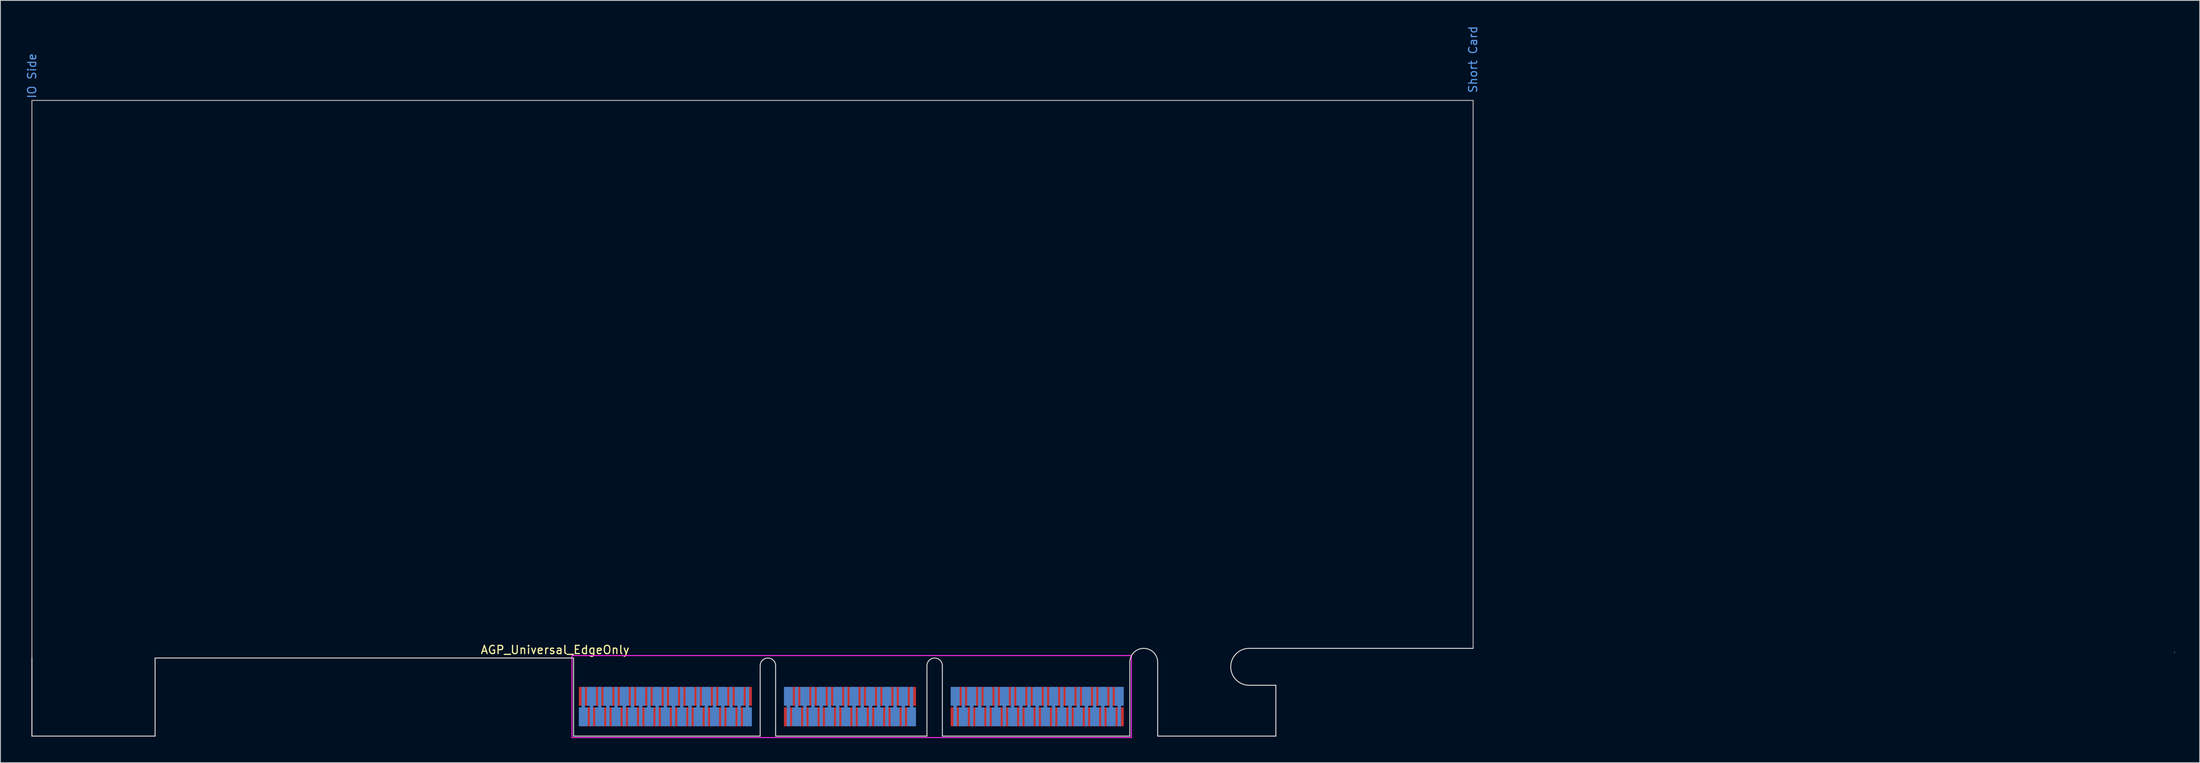
<source format=kicad_pcb>
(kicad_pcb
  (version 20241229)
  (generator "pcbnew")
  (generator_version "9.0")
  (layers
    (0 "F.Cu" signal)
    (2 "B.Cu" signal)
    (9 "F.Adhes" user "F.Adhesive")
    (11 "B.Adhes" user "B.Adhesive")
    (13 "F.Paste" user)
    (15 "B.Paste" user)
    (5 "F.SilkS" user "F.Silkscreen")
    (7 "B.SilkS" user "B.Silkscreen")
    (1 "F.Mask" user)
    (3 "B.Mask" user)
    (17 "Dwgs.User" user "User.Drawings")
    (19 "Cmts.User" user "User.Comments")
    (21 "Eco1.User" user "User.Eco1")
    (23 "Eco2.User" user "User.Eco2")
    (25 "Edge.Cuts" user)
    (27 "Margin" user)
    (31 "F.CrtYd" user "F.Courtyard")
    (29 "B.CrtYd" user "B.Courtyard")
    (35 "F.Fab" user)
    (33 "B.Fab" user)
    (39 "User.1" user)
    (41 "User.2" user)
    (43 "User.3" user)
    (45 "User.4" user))
  (footprint "AGP_Universal_EdgeOnly"
    (layer "F.Cu")
    (at 66.848 77.196)
    (property "Reference" "AGP_Universal_EdgeOnly" (at -2.25 -1 0) (unlocked yes) (layer "F.SilkS") (effects (font (size 1 1) (thickness 0.15))))
    (fp_line (start 195.1 -0.7) (end 195.1 -0.7) (stroke (width 0.12) (type solid)) (layer "Cmts.User"))
    (fp_line (start -66.01 0) (end -66.01 9.52) (stroke (width 0.12) (type solid)) (layer "Edge.Cuts"))
    (fp_line (start -51 0) (end -51 9.52) (stroke (width 0.12) (type solid)) (layer "Edge.Cuts"))
    (fp_line (start -51 9.52) (end -66.01 9.52) (stroke (width 0.12) (type solid)) (layer "Edge.Cuts"))
    (fp_line (start 0 0) (end -51 0) (stroke (width 0.12) (type solid)) (layer "Edge.Cuts"))
    (fp_line (start 0 9.52) (end 0 0) (stroke (width 0.12) (type solid)) (layer "Edge.Cuts"))
    (fp_line (start 0 9.52) (end 22.74 9.52) (stroke (width 0.12) (type solid)) (layer "Edge.Cuts"))
    (fp_line (start 22.74 0.94) (end 22.74 9.52) (stroke (width 0.12) (type solid)) (layer "Edge.Cuts"))
    (fp_line (start 24.62 0.94) (end 24.62 9.52) (stroke (width 0.12) (type solid)) (layer "Edge.Cuts"))
    (fp_line (start 24.62 9.52) (end 43.06 9.52) (stroke (width 0.12) (type solid)) (layer "Edge.Cuts"))
    (fp_line (start 43.06 0.94) (end 43.06 9.52) (stroke (width 0.12) (type solid)) (layer "Edge.Cuts"))
    (fp_line (start 44.94 0.94) (end 44.94 9.52) (stroke (width 0.12) (type solid)) (layer "Edge.Cuts"))
    (fp_line (start 44.94 9.52) (end 67.78 9.52) (stroke (width 0.12) (type solid)) (layer "Edge.Cuts"))
    (fp_line (start 67.78 9.52) (end 67.78 0.52) (stroke (width 0.12) (type solid)) (layer "Edge.Cuts"))
    (fp_line (start 71.18 9.52) (end 71.18 0.52) (stroke (width 0.12) (type solid)) (layer "Edge.Cuts"))
    (fp_line (start 71.18 9.52) (end 85.58 9.52) (stroke (width 0.12) (type solid)) (layer "Edge.Cuts"))
    (fp_line (start 82.33 -1.18) (end 109.62 -1.18) (stroke (width 0.12) (type solid)) (layer "Edge.Cuts"))
    (fp_line (start 85.58 3.32) (end 82.33 3.32) (stroke (width 0.12) (type solid)) (layer "Edge.Cuts"))
    (fp_line (start 85.58 9.52) (end 85.58 3.32) (stroke (width 0.12) (type solid)) (layer "Edge.Cuts"))
    (fp_arc (start 22.74 0.94) (mid 23.68 0) (end 24.62 0.94) (stroke (width 0.12) (type solid)) (layer "Edge.Cuts"))
    (fp_arc (start 43.06 0.94) (mid 44 0) (end 44.94 0.94) (stroke (width 0.12) (type solid)) (layer "Edge.Cuts"))
    (fp_arc (start 67.78 0.52) (mid 69.48 -1.18) (end 71.18 0.52) (stroke (width 0.12) (type solid)) (layer "Edge.Cuts"))
    (fp_arc (start 82.33 3.32) (mid 80.08 1.07) (end 82.33 -1.18) (stroke (width 0.12) (type solid)) (layer "Edge.Cuts"))
    (fp_rect (start -0.2 -0.3) (end 67.98 9.7) (stroke (width 0.12) (type solid)) (fill no) (layer "F.CrtYd"))
    (fp_line (start -66.01 -68) (end 109.62 -68) (stroke (width 0.12) (type solid)) (layer "F.Fab"))
    (fp_line (start -66.01 9.52) (end -66.01 -68) (stroke (width 0.12) (type solid)) (layer "F.Fab"))
    (fp_line (start 109.62 -1.18) (end 109.62 -68) (stroke (width 0.12) (type solid)) (layer "F.Fab"))
    (fp_text user "IO Side" (at -66 -71 90) (unlocked yes) (layer "Cmts.User") (effects (font (size 1 1) (thickness 0.15))))
    (fp_text user "Short Card" (at 109.6 -73 90) (unlocked yes) (layer "Cmts.User") (effects (font (size 1 1) (thickness 0.15))))
    (pad "A1" connect custom (at 1.18 7.17) (size 1.09 2.3) (layers "B.Cu" "B.Mask") (options (anchor rect)) (primitives (gr_poly (pts (xy -0.205 -1.15) (xy 0.205 -1.15) (xy 0.205 -3.65) (xy -0.205 -3.65)) (width 0) (fill yes))))
    (pad "A2" connect custom (at 2.18 4.67 180) (size 1.09 2.3) (layers "B.Cu" "B.Mask") (options (anchor rect)) (primitives (gr_poly (pts (xy -0.205 -1.15) (xy 0.205 -1.15) (xy 0.205 -3.65) (xy -0.205 -3.65)) (width 0) (fill yes))))
    (pad "A3" connect custom (at 3.18 7.17) (size 1.09 2.3) (layers "B.Cu" "B.Mask") (options (anchor rect)) (primitives (gr_poly (pts (xy -0.205 -1.15) (xy 0.205 -1.15) (xy 0.205 -3.65) (xy -0.205 -3.65)) (width 0) (fill yes))))
    (pad "A4" connect custom (at 4.18 4.67 180) (size 1.09 2.3) (layers "B.Cu" "B.Mask") (options (anchor rect)) (primitives (gr_poly (pts (xy -0.205 -1.15) (xy 0.205 -1.15) (xy 0.205 -3.65) (xy -0.205 -3.65)) (width 0) (fill yes))))
    (pad "A5" connect custom (at 5.18 7.17) (size 1.09 2.3) (layers "B.Cu" "B.Mask") (options (anchor rect)) (primitives (gr_poly (pts (xy -0.205 -1.15) (xy 0.205 -1.15) (xy 0.205 -3.65) (xy -0.205 -3.65)) (width 0) (fill yes))))
    (pad "A6" connect custom (at 6.18 4.67 180) (size 1.09 2.3) (layers "B.Cu" "B.Mask") (options (anchor rect)) (primitives (gr_poly (pts (xy -0.205 -1.15) (xy 0.205 -1.15) (xy 0.205 -3.65) (xy -0.205 -3.65)) (width 0) (fill yes))))
    (pad "A7" connect custom (at 7.18 7.17) (size 1.09 2.3) (layers "B.Cu" "B.Mask") (options (anchor rect)) (primitives (gr_poly (pts (xy -0.205 -1.15) (xy 0.205 -1.15) (xy 0.205 -3.65) (xy -0.205 -3.65)) (width 0) (fill yes))))
    (pad "A8" connect custom (at 8.18 4.67 180) (size 1.09 2.3) (layers "B.Cu" "B.Mask") (options (anchor rect)) (primitives (gr_poly (pts (xy -0.205 -1.15) (xy 0.205 -1.15) (xy 0.205 -3.65) (xy -0.205 -3.65)) (width 0) (fill yes))))
    (pad "A9" connect custom (at 9.18 7.17) (size 1.09 2.3) (layers "B.Cu" "B.Mask") (options (anchor rect)) (primitives (gr_poly (pts (xy -0.205 -1.15) (xy 0.205 -1.15) (xy 0.205 -3.65) (xy -0.205 -3.65)) (width 0) (fill yes))))
    (pad "A10" connect custom (at 10.18 4.67 180) (size 1.09 2.3) (layers "B.Cu" "B.Mask") (options (anchor rect)) (primitives (gr_poly (pts (xy -0.205 -1.15) (xy 0.205 -1.15) (xy 0.205 -3.65) (xy -0.205 -3.65)) (width 0) (fill yes))))
    (pad "A11" connect custom (at 11.18 7.17) (size 1.09 2.3) (layers "B.Cu" "B.Mask") (options (anchor rect)) (primitives (gr_poly (pts (xy -0.205 -1.15) (xy 0.205 -1.15) (xy 0.205 -3.65) (xy -0.205 -3.65)) (width 0) (fill yes))))
    (pad "A12" connect custom (at 12.18 4.67 180) (size 1.09 2.3) (layers "B.Cu" "B.Mask") (options (anchor rect)) (primitives (gr_poly (pts (xy -0.205 -1.15) (xy 0.205 -1.15) (xy 0.205 -3.65) (xy -0.205 -3.65)) (width 0) (fill yes))))
    (pad "A13" connect custom (at 13.18 7.17) (size 1.09 2.3) (layers "B.Cu" "B.Mask") (options (anchor rect)) (primitives (gr_poly (pts (xy -0.205 -1.15) (xy 0.205 -1.15) (xy 0.205 -3.65) (xy -0.205 -3.65)) (width 0) (fill yes))))
    (pad "A14" connect custom (at 14.18 4.67 180) (size 1.09 2.3) (layers "B.Cu" "B.Mask") (options (anchor rect)) (primitives (gr_poly (pts (xy -0.205 -1.15) (xy 0.205 -1.15) (xy 0.205 -3.65) (xy -0.205 -3.65)) (width 0) (fill yes))))
    (pad "A15" connect custom (at 15.18 7.17) (size 1.09 2.3) (layers "B.Cu" "B.Mask") (options (anchor rect)) (primitives (gr_poly (pts (xy -0.205 -1.15) (xy 0.205 -1.15) (xy 0.205 -3.65) (xy -0.205 -3.65)) (width 0) (fill yes))))
    (pad "A16" connect custom (at 16.18 4.67 180) (size 1.09 2.3) (layers "B.Cu" "B.Mask") (options (anchor rect)) (primitives (gr_poly (pts (xy -0.205 -1.15) (xy 0.205 -1.15) (xy 0.205 -3.65) (xy -0.205 -3.65)) (width 0) (fill yes))))
    (pad "A17" connect custom (at 17.18 7.17) (size 1.09 2.3) (layers "B.Cu" "B.Mask") (options (anchor rect)) (primitives (gr_poly (pts (xy -0.205 -1.15) (xy 0.205 -1.15) (xy 0.205 -3.65) (xy -0.205 -3.65)) (width 0) (fill yes))))
    (pad "A18" connect custom (at 18.18 4.67 180) (size 1.09 2.3) (layers "B.Cu" "B.Mask") (options (anchor rect)) (primitives (gr_poly (pts (xy -0.205 -1.15) (xy 0.205 -1.15) (xy 0.205 -3.65) (xy -0.205 -3.65)) (width 0) (fill yes))))
    (pad "A19" connect custom (at 19.18 7.17) (size 1.09 2.3) (layers "B.Cu" "B.Mask") (options (anchor rect)) (primitives (gr_poly (pts (xy -0.205 -1.15) (xy 0.205 -1.15) (xy 0.205 -3.65) (xy -0.205 -3.65)) (width 0) (fill yes))))
    (pad "A20" connect custom (at 20.18 4.67 180) (size 1.09 2.3) (layers "B.Cu" "B.Mask") (options (anchor rect)) (primitives (gr_poly (pts (xy -0.205 -1.15) (xy 0.205 -1.15) (xy 0.205 -3.65) (xy -0.205 -3.65)) (width 0) (fill yes))))
    (pad "A21" connect custom (at 21.18 7.17) (size 1.09 2.3) (layers "B.Cu" "B.Mask") (options (anchor rect)) (primitives (gr_poly (pts (xy -0.205 -1.15) (xy 0.205 -1.15) (xy 0.205 -3.65) (xy -0.205 -3.65)) (width 0) (fill yes))))
    (pad "A26" connect custom (at 26.18 4.67 180) (size 1.09 2.3) (layers "B.Cu" "B.Mask") (options (anchor rect)) (primitives (gr_poly (pts (xy -0.205 -1.15) (xy 0.205 -1.15) (xy 0.205 -3.65) (xy -0.205 -3.65)) (width 0) (fill yes))))
    (pad "A27" connect custom (at 27.18 7.17) (size 1.09 2.3) (layers "B.Cu" "B.Mask") (options (anchor rect)) (primitives (gr_poly (pts (xy -0.205 -1.15) (xy 0.205 -1.15) (xy 0.205 -3.65) (xy -0.205 -3.65)) (width 0) (fill yes))))
    (pad "A28" connect custom (at 28.18 4.67 180) (size 1.09 2.3) (layers "B.Cu" "B.Mask") (options (anchor rect)) (primitives (gr_poly (pts (xy -0.205 -1.15) (xy 0.205 -1.15) (xy 0.205 -3.65) (xy -0.205 -3.65)) (width 0) (fill yes))))
    (pad "A29" connect custom (at 29.18 7.17) (size 1.09 2.3) (layers "B.Cu" "B.Mask") (options (anchor rect)) (primitives (gr_poly (pts (xy -0.205 -1.15) (xy 0.205 -1.15) (xy 0.205 -3.65) (xy -0.205 -3.65)) (width 0) (fill yes))))
    (pad "A30" connect custom (at 30.18 4.67 180) (size 1.09 2.3) (layers "B.Cu" "B.Mask") (options (anchor rect)) (primitives (gr_poly (pts (xy -0.205 -1.15) (xy 0.205 -1.15) (xy 0.205 -3.65) (xy -0.205 -3.65)) (width 0) (fill yes))))
    (pad "A31" connect custom (at 31.18 7.17) (size 1.09 2.3) (layers "B.Cu" "B.Mask") (options (anchor rect)) (primitives (gr_poly (pts (xy -0.205 -1.15) (xy 0.205 -1.15) (xy 0.205 -3.65) (xy -0.205 -3.65)) (width 0) (fill yes))))
    (pad "A32" connect custom (at 32.18 4.67 180) (size 1.09 2.3) (layers "B.Cu" "B.Mask") (options (anchor rect)) (primitives (gr_poly (pts (xy -0.205 -1.15) (xy 0.205 -1.15) (xy 0.205 -3.65) (xy -0.205 -3.65)) (width 0) (fill yes))))
    (pad "A33" connect custom (at 33.18 7.17) (size 1.09 2.3) (layers "B.Cu" "B.Mask") (options (anchor rect)) (primitives (gr_poly (pts (xy -0.205 -1.15) (xy 0.205 -1.15) (xy 0.205 -3.65) (xy -0.205 -3.65)) (width 0) (fill yes))))
    (pad "A34" connect custom (at 34.18 4.67 180) (size 1.09 2.3) (layers "B.Cu" "B.Mask") (options (anchor rect)) (primitives (gr_poly (pts (xy -0.205 -1.15) (xy 0.205 -1.15) (xy 0.205 -3.65) (xy -0.205 -3.65)) (width 0) (fill yes))))
    (pad "A35" connect custom (at 35.18 7.17) (size 1.09 2.3) (layers "B.Cu" "B.Mask") (options (anchor rect)) (primitives (gr_poly (pts (xy -0.205 -1.15) (xy 0.205 -1.15) (xy 0.205 -3.65) (xy -0.205 -3.65)) (width 0) (fill yes))))
    (pad "A36" connect custom (at 36.18 4.67 180) (size 1.09 2.3) (layers "B.Cu" "B.Mask") (options (anchor rect)) (primitives (gr_poly (pts (xy -0.205 -1.15) (xy 0.205 -1.15) (xy 0.205 -3.65) (xy -0.205 -3.65)) (width 0) (fill yes))))
    (pad "A37" connect custom (at 37.18 7.17) (size 1.09 2.3) (layers "B.Cu" "B.Mask") (options (anchor rect)) (primitives (gr_poly (pts (xy -0.205 -1.15) (xy 0.205 -1.15) (xy 0.205 -3.65) (xy -0.205 -3.65)) (width 0) (fill yes))))
    (pad "A38" connect custom (at 38.18 4.67 180) (size 1.09 2.3) (layers "B.Cu" "B.Mask") (options (anchor rect)) (primitives (gr_poly (pts (xy -0.205 -1.15) (xy 0.205 -1.15) (xy 0.205 -3.65) (xy -0.205 -3.65)) (width 0) (fill yes))))
    (pad "A39" connect custom (at 39.18 7.17) (size 1.09 2.3) (layers "B.Cu" "B.Mask") (options (anchor rect)) (primitives (gr_poly (pts (xy -0.205 -1.15) (xy 0.205 -1.15) (xy 0.205 -3.65) (xy -0.205 -3.65)) (width 0) (fill yes))))
    (pad "A40" connect custom (at 40.18 4.67 180) (size 1.09 2.3) (layers "B.Cu" "B.Mask") (options (anchor rect)) (primitives (gr_poly (pts (xy -0.205 -1.15) (xy 0.205 -1.15) (xy 0.205 -3.65) (xy -0.205 -3.65)) (width 0) (fill yes))))
    (pad "A41" connect custom (at 41.18 7.17) (size 1.09 2.3) (layers "B.Cu" "B.Mask") (options (anchor rect)) (primitives (gr_poly (pts (xy -0.205 -1.15) (xy 0.205 -1.15) (xy 0.205 -3.65) (xy -0.205 -3.65)) (width 0) (fill yes))))
    (pad "A46" connect custom (at 46.5 4.67 180) (size 1.09 2.3) (layers "B.Cu" "B.Mask") (options (anchor rect)) (primitives (gr_poly (pts (xy -0.205 -1.15) (xy 0.205 -1.15) (xy 0.205 -3.65) (xy -0.205 -3.65)) (width 0) (fill yes))))
    (pad "A47" connect custom (at 47.5 7.17) (size 1.09 2.3) (layers "B.Cu" "B.Mask") (options (anchor rect)) (primitives (gr_poly (pts (xy -0.205 -1.15) (xy 0.205 -1.15) (xy 0.205 -3.65) (xy -0.205 -3.65)) (width 0) (fill yes))))
    (pad "A48" connect custom (at 48.5 4.67 180) (size 1.09 2.3) (layers "B.Cu" "B.Mask") (options (anchor rect)) (primitives (gr_poly (pts (xy -0.205 -1.15) (xy 0.205 -1.15) (xy 0.205 -3.65) (xy -0.205 -3.65)) (width 0) (fill yes))))
    (pad "A49" connect custom (at 49.5 7.17) (size 1.09 2.3) (layers "B.Cu" "B.Mask") (options (anchor rect)) (primitives (gr_poly (pts (xy -0.205 -1.15) (xy 0.205 -1.15) (xy 0.205 -3.65) (xy -0.205 -3.65)) (width 0) (fill yes))))
    (pad "A50" connect custom (at 50.5 4.67 180) (size 1.09 2.3) (layers "B.Cu" "B.Mask") (options (anchor rect)) (primitives (gr_poly (pts (xy -0.205 -1.15) (xy 0.205 -1.15) (xy 0.205 -3.65) (xy -0.205 -3.65)) (width 0) (fill yes))))
    (pad "A51" connect custom (at 51.5 7.17) (size 1.09 2.3) (layers "B.Cu" "B.Mask") (options (anchor rect)) (primitives (gr_poly (pts (xy -0.205 -1.15) (xy 0.205 -1.15) (xy 0.205 -3.65) (xy -0.205 -3.65)) (width 0) (fill yes))))
    (pad "A52" connect custom (at 52.5 4.67 180) (size 1.09 2.3) (layers "B.Cu" "B.Mask") (options (anchor rect)) (primitives (gr_poly (pts (xy -0.205 -1.15) (xy 0.205 -1.15) (xy 0.205 -3.65) (xy -0.205 -3.65)) (width 0) (fill yes))))
    (pad "A53" connect custom (at 53.5 7.17) (size 1.09 2.3) (layers "B.Cu" "B.Mask") (options (anchor rect)) (primitives (gr_poly (pts (xy -0.205 -1.15) (xy 0.205 -1.15) (xy 0.205 -3.65) (xy -0.205 -3.65)) (width 0) (fill yes))))
    (pad "A54" connect custom (at 54.5 4.67 180) (size 1.09 2.3) (layers "B.Cu" "B.Mask") (options (anchor rect)) (primitives (gr_poly (pts (xy -0.205 -1.15) (xy 0.205 -1.15) (xy 0.205 -3.65) (xy -0.205 -3.65)) (width 0) (fill yes))))
    (pad "A55" connect custom (at 55.5 7.17) (size 1.09 2.3) (layers "B.Cu" "B.Mask") (options (anchor rect)) (primitives (gr_poly (pts (xy -0.205 -1.15) (xy 0.205 -1.15) (xy 0.205 -3.65) (xy -0.205 -3.65)) (width 0) (fill yes))))
    (pad "A56" connect custom (at 56.5 4.67 180) (size 1.09 2.3) (layers "B.Cu" "B.Mask") (options (anchor rect)) (primitives (gr_poly (pts (xy -0.205 -1.15) (xy 0.205 -1.15) (xy 0.205 -3.65) (xy -0.205 -3.65)) (width 0) (fill yes))))
    (pad "A57" connect custom (at 57.5 7.17) (size 1.09 2.3) (layers "B.Cu" "B.Mask") (options (anchor rect)) (primitives (gr_poly (pts (xy -0.205 -1.15) (xy 0.205 -1.15) (xy 0.205 -3.65) (xy -0.205 -3.65)) (width 0) (fill yes))))
    (pad "A58" connect custom (at 58.5 4.67 180) (size 1.09 2.3) (layers "B.Cu" "B.Mask") (options (anchor rect)) (primitives (gr_poly (pts (xy -0.205 -1.15) (xy 0.205 -1.15) (xy 0.205 -3.65) (xy -0.205 -3.65)) (width 0) (fill yes))))
    (pad "A59" connect custom (at 59.5 7.17) (size 1.09 2.3) (layers "B.Cu" "B.Mask") (options (anchor rect)) (primitives (gr_poly (pts (xy -0.205 -1.15) (xy 0.205 -1.15) (xy 0.205 -3.65) (xy -0.205 -3.65)) (width 0) (fill yes))))
    (pad "A60" connect custom (at 60.5 4.67 180) (size 1.09 2.3) (layers "B.Cu" "B.Mask") (options (anchor rect)) (primitives (gr_poly (pts (xy -0.205 -1.15) (xy 0.205 -1.15) (xy 0.205 -3.65) (xy -0.205 -3.65)) (width 0) (fill yes))))
    (pad "A61" connect custom (at 61.5 7.17) (size 1.09 2.3) (layers "B.Cu" "B.Mask") (options (anchor rect)) (primitives (gr_poly (pts (xy -0.205 -1.15) (xy 0.205 -1.15) (xy 0.205 -3.65) (xy -0.205 -3.65)) (width 0) (fill yes))))
    (pad "A62" connect custom (at 62.5 4.67 180) (size 1.09 2.3) (layers "B.Cu" "B.Mask") (options (anchor rect)) (primitives (gr_poly (pts (xy -0.205 -1.15) (xy 0.205 -1.15) (xy 0.205 -3.65) (xy -0.205 -3.65)) (width 0) (fill yes))))
    (pad "A63" connect custom (at 63.5 7.17) (size 1.09 2.3) (layers "B.Cu" "B.Mask") (options (anchor rect)) (primitives (gr_poly (pts (xy -0.205 -1.15) (xy 0.205 -1.15) (xy 0.205 -3.65) (xy -0.205 -3.65)) (width 0) (fill yes))))
    (pad "A64" connect custom (at 64.5 4.67 180) (size 1.09 2.3) (layers "B.Cu" "B.Mask") (options (anchor rect)) (primitives (gr_poly (pts (xy -0.205 -1.15) (xy 0.205 -1.15) (xy 0.205 -3.65) (xy -0.205 -3.65)) (width 0) (fill yes))))
    (pad "A65" connect custom (at 65.5 7.17) (size 1.09 2.3) (layers "B.Cu" "B.Mask") (options (anchor rect)) (primitives (gr_poly (pts (xy -0.205 -1.15) (xy 0.205 -1.15) (xy 0.205 -3.65) (xy -0.205 -3.65)) (width 0) (fill yes))))
    (pad "A66" connect custom (at 66.5 4.67 180) (size 1.09 2.3) (layers "B.Cu" "B.Mask") (options (anchor rect)) (primitives (gr_poly (pts (xy -0.205 -1.15) (xy 0.205 -1.15) (xy 0.205 -3.65) (xy -0.205 -3.65)) (width 0) (fill yes))))
    (pad "B1" connect custom (at 1.18 4.67 180) (size 1.09 2.3) (layers "F.Cu" "F.Mask") (options (anchor rect)) (primitives (gr_poly (pts (xy -0.205 -1.15) (xy 0.205 -1.15) (xy 0.205 -3.65) (xy -0.205 -3.65)) (width 0) (fill yes))))
    (pad "B2" connect custom (at 2.18 7.17) (size 1.09 2.3) (layers "F.Cu" "F.Mask") (options (anchor rect)) (primitives (gr_poly (pts (xy -0.205 -1.15) (xy 0.205 -1.15) (xy 0.205 -3.65) (xy -0.205 -3.65)) (width 0) (fill yes))))
    (pad "B3" connect custom (at 3.18 4.67 180) (size 1.09 2.3) (layers "F.Cu" "F.Mask") (options (anchor rect)) (primitives (gr_poly (pts (xy -0.205 -1.15) (xy 0.205 -1.15) (xy 0.205 -3.65) (xy -0.205 -3.65)) (width 0) (fill yes))))
    (pad "B4" connect custom (at 4.18 7.17) (size 1.09 2.3) (layers "F.Cu" "F.Mask") (options (anchor rect)) (primitives (gr_poly (pts (xy -0.205 -1.15) (xy 0.205 -1.15) (xy 0.205 -3.65) (xy -0.205 -3.65)) (width 0) (fill yes))))
    (pad "B5" connect custom (at 5.18 4.67 180) (size 1.09 2.3) (layers "F.Cu" "F.Mask") (options (anchor rect)) (primitives (gr_poly (pts (xy -0.205 -1.15) (xy 0.205 -1.15) (xy 0.205 -3.65) (xy -0.205 -3.65)) (width 0) (fill yes))))
    (pad "B6" connect custom (at 6.18 7.17) (size 1.09 2.3) (layers "F.Cu" "F.Mask") (options (anchor rect)) (primitives (gr_poly (pts (xy -0.205 -1.15) (xy 0.205 -1.15) (xy 0.205 -3.65) (xy -0.205 -3.65)) (width 0) (fill yes))))
    (pad "B7" connect custom (at 7.18 4.67 180) (size 1.09 2.3) (layers "F.Cu" "F.Mask") (options (anchor rect)) (primitives (gr_poly (pts (xy -0.205 -1.15) (xy 0.205 -1.15) (xy 0.205 -3.65) (xy -0.205 -3.65)) (width 0) (fill yes))))
    (pad "B8" connect custom (at 8.18 7.17) (size 1.09 2.3) (layers "F.Cu" "F.Mask") (options (anchor rect)) (primitives (gr_poly (pts (xy -0.205 -1.15) (xy 0.205 -1.15) (xy 0.205 -3.65) (xy -0.205 -3.65)) (width 0) (fill yes))))
    (pad "B9" connect custom (at 9.18 4.67 180) (size 1.09 2.3) (layers "F.Cu" "F.Mask") (options (anchor rect)) (primitives (gr_poly (pts (xy -0.205 -1.15) (xy 0.205 -1.15) (xy 0.205 -3.65) (xy -0.205 -3.65)) (width 0) (fill yes))))
    (pad "B10" connect custom (at 10.18 7.17) (size 1.09 2.3) (layers "F.Cu" "F.Mask") (options (anchor rect)) (primitives (gr_poly (pts (xy -0.205 -1.15) (xy 0.205 -1.15) (xy 0.205 -3.65) (xy -0.205 -3.65)) (width 0) (fill yes))))
    (pad "B11" connect custom (at 11.18 4.67 180) (size 1.09 2.3) (layers "F.Cu" "F.Mask") (options (anchor rect)) (primitives (gr_poly (pts (xy -0.205 -1.15) (xy 0.205 -1.15) (xy 0.205 -3.65) (xy -0.205 -3.65)) (width 0) (fill yes))))
    (pad "B12" connect custom (at 12.18 7.17) (size 1.09 2.3) (layers "F.Cu" "F.Mask") (options (anchor rect)) (primitives (gr_poly (pts (xy -0.205 -1.15) (xy 0.205 -1.15) (xy 0.205 -3.65) (xy -0.205 -3.65)) (width 0) (fill yes))))
    (pad "B13" connect custom (at 13.18 4.67 180) (size 1.09 2.3) (layers "F.Cu" "F.Mask") (options (anchor rect)) (primitives (gr_poly (pts (xy -0.205 -1.15) (xy 0.205 -1.15) (xy 0.205 -3.65) (xy -0.205 -3.65)) (width 0) (fill yes))))
    (pad "B14" connect custom (at 14.18 7.17) (size 1.09 2.3) (layers "F.Cu" "F.Mask") (options (anchor rect)) (primitives (gr_poly (pts (xy -0.205 -1.15) (xy 0.205 -1.15) (xy 0.205 -3.65) (xy -0.205 -3.65)) (width 0) (fill yes))))
    (pad "B15" connect custom (at 15.18 4.67 180) (size 1.09 2.3) (layers "F.Cu" "F.Mask") (options (anchor rect)) (primitives (gr_poly (pts (xy -0.205 -1.15) (xy 0.205 -1.15) (xy 0.205 -3.65) (xy -0.205 -3.65)) (width 0) (fill yes))))
    (pad "B16" connect custom (at 16.18 7.17) (size 1.09 2.3) (layers "F.Cu" "F.Mask") (options (anchor rect)) (primitives (gr_poly (pts (xy -0.205 -1.15) (xy 0.205 -1.15) (xy 0.205 -3.65) (xy -0.205 -3.65)) (width 0) (fill yes))))
    (pad "B17" connect custom (at 17.18 4.67 180) (size 1.09 2.3) (layers "F.Cu" "F.Mask") (options (anchor rect)) (primitives (gr_poly (pts (xy -0.205 -1.15) (xy 0.205 -1.15) (xy 0.205 -3.65) (xy -0.205 -3.65)) (width 0) (fill yes))))
    (pad "B18" connect custom (at 18.18 7.17) (size 1.09 2.3) (layers "F.Cu" "F.Mask") (options (anchor rect)) (primitives (gr_poly (pts (xy -0.205 -1.15) (xy 0.205 -1.15) (xy 0.205 -3.65) (xy -0.205 -3.65)) (width 0) (fill yes))))
    (pad "B19" connect custom (at 19.18 4.67 180) (size 1.09 2.3) (layers "F.Cu" "F.Mask") (options (anchor rect)) (primitives (gr_poly (pts (xy -0.205 -1.15) (xy 0.205 -1.15) (xy 0.205 -3.65) (xy -0.205 -3.65)) (width 0) (fill yes))))
    (pad "B20" connect custom (at 20.18 7.17) (size 1.09 2.3) (layers "F.Cu" "F.Mask") (options (anchor rect)) (primitives (gr_poly (pts (xy -0.205 -1.15) (xy 0.205 -1.15) (xy 0.205 -3.65) (xy -0.205 -3.65)) (width 0) (fill yes))))
    (pad "B21" connect custom (at 21.18 4.67 180) (size 1.09 2.3) (layers "F.Cu" "F.Mask") (options (anchor rect)) (primitives (gr_poly (pts (xy -0.205 -1.15) (xy 0.205 -1.15) (xy 0.205 -3.65) (xy -0.205 -3.65)) (width 0) (fill yes))))
    (pad "B26" connect custom (at 26.18 7.17) (size 1.09 2.3) (layers "F.Cu" "F.Mask") (options (anchor rect)) (primitives (gr_poly (pts (xy -0.205 -1.15) (xy 0.205 -1.15) (xy 0.205 -3.65) (xy -0.205 -3.65)) (width 0) (fill yes))))
    (pad "B27" connect custom (at 27.18 4.67 180) (size 1.09 2.3) (layers "F.Cu" "F.Mask") (options (anchor rect)) (primitives (gr_poly (pts (xy -0.205 -1.15) (xy 0.205 -1.15) (xy 0.205 -3.65) (xy -0.205 -3.65)) (width 0) (fill yes))))
    (pad "B28" connect custom (at 28.18 7.17) (size 1.09 2.3) (layers "F.Cu" "F.Mask") (options (anchor rect)) (primitives (gr_poly (pts (xy -0.205 -1.15) (xy 0.205 -1.15) (xy 0.205 -3.65) (xy -0.205 -3.65)) (width 0) (fill yes))))
    (pad "B29" connect custom (at 29.18 4.67 180) (size 1.09 2.3) (layers "F.Cu" "F.Mask") (options (anchor rect)) (primitives (gr_poly (pts (xy -0.205 -1.15) (xy 0.205 -1.15) (xy 0.205 -3.65) (xy -0.205 -3.65)) (width 0) (fill yes))))
    (pad "B30" connect custom (at 30.18 7.17) (size 1.09 2.3) (layers "F.Cu" "F.Mask") (options (anchor rect)) (primitives (gr_poly (pts (xy -0.205 -1.15) (xy 0.205 -1.15) (xy 0.205 -3.65) (xy -0.205 -3.65)) (width 0) (fill yes))))
    (pad "B31" connect custom (at 31.18 4.67 180) (size 1.09 2.3) (layers "F.Cu" "F.Mask") (options (anchor rect)) (primitives (gr_poly (pts (xy -0.205 -1.15) (xy 0.205 -1.15) (xy 0.205 -3.65) (xy -0.205 -3.65)) (width 0) (fill yes))))
    (pad "B32" connect custom (at 32.18 7.17) (size 1.09 2.3) (layers "F.Cu" "F.Mask") (options (anchor rect)) (primitives (gr_poly (pts (xy -0.205 -1.15) (xy 0.205 -1.15) (xy 0.205 -3.65) (xy -0.205 -3.65)) (width 0) (fill yes))))
    (pad "B33" connect custom (at 33.18 4.67 180) (size 1.09 2.3) (layers "F.Cu" "F.Mask") (options (anchor rect)) (primitives (gr_poly (pts (xy -0.205 -1.15) (xy 0.205 -1.15) (xy 0.205 -3.65) (xy -0.205 -3.65)) (width 0) (fill yes))))
    (pad "B34" connect custom (at 34.18 7.17) (size 1.09 2.3) (layers "F.Cu" "F.Mask") (options (anchor rect)) (primitives (gr_poly (pts (xy -0.205 -1.15) (xy 0.205 -1.15) (xy 0.205 -3.65) (xy -0.205 -3.65)) (width 0) (fill yes))))
    (pad "B35" connect custom (at 35.18 4.67 180) (size 1.09 2.3) (layers "F.Cu" "F.Mask") (options (anchor rect)) (primitives (gr_poly (pts (xy -0.205 -1.15) (xy 0.205 -1.15) (xy 0.205 -3.65) (xy -0.205 -3.65)) (width 0) (fill yes))))
    (pad "B36" connect custom (at 36.18 7.17) (size 1.09 2.3) (layers "F.Cu" "F.Mask") (options (anchor rect)) (primitives (gr_poly (pts (xy -0.205 -1.15) (xy 0.205 -1.15) (xy 0.205 -3.65) (xy -0.205 -3.65)) (width 0) (fill yes))))
    (pad "B37" connect custom (at 37.18 4.67 180) (size 1.09 2.3) (layers "F.Cu" "F.Mask") (options (anchor rect)) (primitives (gr_poly (pts (xy -0.205 -1.15) (xy 0.205 -1.15) (xy 0.205 -3.65) (xy -0.205 -3.65)) (width 0) (fill yes))))
    (pad "B38" connect custom (at 38.18 7.17) (size 1.09 2.3) (layers "F.Cu" "F.Mask") (options (anchor rect)) (primitives (gr_poly (pts (xy -0.205 -1.15) (xy 0.205 -1.15) (xy 0.205 -3.65) (xy -0.205 -3.65)) (width 0) (fill yes))))
    (pad "B39" connect custom (at 39.18 4.67 180) (size 1.09 2.3) (layers "F.Cu" "F.Mask") (options (anchor rect)) (primitives (gr_poly (pts (xy -0.205 -1.15) (xy 0.205 -1.15) (xy 0.205 -3.65) (xy -0.205 -3.65)) (width 0) (fill yes))))
    (pad "B40" connect custom (at 40.18 7.17) (size 1.09 2.3) (layers "F.Cu" "F.Mask") (options (anchor rect)) (primitives (gr_poly (pts (xy -0.205 -1.15) (xy 0.205 -1.15) (xy 0.205 -3.65) (xy -0.205 -3.65)) (width 0) (fill yes))))
    (pad "B41" connect custom (at 41.18 4.67 180) (size 1.09 2.3) (layers "F.Cu" "F.Mask") (options (anchor rect)) (primitives (gr_poly (pts (xy -0.205 -1.15) (xy 0.205 -1.15) (xy 0.205 -3.65) (xy -0.205 -3.65)) (width 0) (fill yes))))
    (pad "B46" connect custom (at 46.5 7.17) (size 1.09 2.3) (layers "F.Cu" "F.Mask") (options (anchor rect)) (primitives (gr_poly (pts (xy -0.205 -1.15) (xy 0.205 -1.15) (xy 0.205 -3.65) (xy -0.205 -3.65)) (width 0) (fill yes))))
    (pad "B47" connect custom (at 47.5 4.67 180) (size 1.09 2.3) (layers "F.Cu" "F.Mask") (options (anchor rect)) (primitives (gr_poly (pts (xy -0.205 -1.15) (xy 0.205 -1.15) (xy 0.205 -3.65) (xy -0.205 -3.65)) (width 0) (fill yes))))
    (pad "B48" connect custom (at 48.5 7.17) (size 1.09 2.3) (layers "F.Cu" "F.Mask") (options (anchor rect)) (primitives (gr_poly (pts (xy -0.205 -1.15) (xy 0.205 -1.15) (xy 0.205 -3.65) (xy -0.205 -3.65)) (width 0) (fill yes))))
    (pad "B49" connect custom (at 49.5 4.67 180) (size 1.09 2.3) (layers "F.Cu" "F.Mask") (options (anchor rect)) (primitives (gr_poly (pts (xy -0.205 -1.15) (xy 0.205 -1.15) (xy 0.205 -3.65) (xy -0.205 -3.65)) (width 0) (fill yes))))
    (pad "B50" connect custom (at 50.5 7.17) (size 1.09 2.3) (layers "F.Cu" "F.Mask") (options (anchor rect)) (primitives (gr_poly (pts (xy -0.205 -1.15) (xy 0.205 -1.15) (xy 0.205 -3.65) (xy -0.205 -3.65)) (width 0) (fill yes))))
    (pad "B51" connect custom (at 51.5 4.67 180) (size 1.09 2.3) (layers "F.Cu" "F.Mask") (options (anchor rect)) (primitives (gr_poly (pts (xy -0.205 -1.15) (xy 0.205 -1.15) (xy 0.205 -3.65) (xy -0.205 -3.65)) (width 0) (fill yes))))
    (pad "B52" connect custom (at 52.5 7.17) (size 1.09 2.3) (layers "F.Cu" "F.Mask") (options (anchor rect)) (primitives (gr_poly (pts (xy -0.205 -1.15) (xy 0.205 -1.15) (xy 0.205 -3.65) (xy -0.205 -3.65)) (width 0) (fill yes))))
    (pad "B53" connect custom (at 53.5 4.67 180) (size 1.09 2.3) (layers "F.Cu" "F.Mask") (options (anchor rect)) (primitives (gr_poly (pts (xy -0.205 -1.15) (xy 0.205 -1.15) (xy 0.205 -3.65) (xy -0.205 -3.65)) (width 0) (fill yes))))
    (pad "B54" connect custom (at 54.5 7.17) (size 1.09 2.3) (layers "F.Cu" "F.Mask") (options (anchor rect)) (primitives (gr_poly (pts (xy -0.205 -1.15) (xy 0.205 -1.15) (xy 0.205 -3.65) (xy -0.205 -3.65)) (width 0) (fill yes))))
    (pad "B55" connect custom (at 55.5 4.67 180) (size 1.09 2.3) (layers "F.Cu" "F.Mask") (options (anchor rect)) (primitives (gr_poly (pts (xy -0.205 -1.15) (xy 0.205 -1.15) (xy 0.205 -3.65) (xy -0.205 -3.65)) (width 0) (fill yes))))
    (pad "B56" connect custom (at 56.5 7.17) (size 1.09 2.3) (layers "F.Cu" "F.Mask") (options (anchor rect)) (primitives (gr_poly (pts (xy -0.205 -1.15) (xy 0.205 -1.15) (xy 0.205 -3.65) (xy -0.205 -3.65)) (width 0) (fill yes))))
    (pad "B57" connect custom (at 57.5 4.67 180) (size 1.09 2.3) (layers "F.Cu" "F.Mask") (options (anchor rect)) (primitives (gr_poly (pts (xy -0.205 -1.15) (xy 0.205 -1.15) (xy 0.205 -3.65) (xy -0.205 -3.65)) (width 0) (fill yes))))
    (pad "B58" connect custom (at 58.5 7.17) (size 1.09 2.3) (layers "F.Cu" "F.Mask") (options (anchor rect)) (primitives (gr_poly (pts (xy -0.205 -1.15) (xy 0.205 -1.15) (xy 0.205 -3.65) (xy -0.205 -3.65)) (width 0) (fill yes))))
    (pad "B59" connect custom (at 59.5 4.67 180) (size 1.09 2.3) (layers "F.Cu" "F.Mask") (options (anchor rect)) (primitives (gr_poly (pts (xy -0.205 -1.15) (xy 0.205 -1.15) (xy 0.205 -3.65) (xy -0.205 -3.65)) (width 0) (fill yes))))
    (pad "B60" connect custom (at 60.5 7.17) (size 1.09 2.3) (layers "F.Cu" "F.Mask") (options (anchor rect)) (primitives (gr_poly (pts (xy -0.205 -1.15) (xy 0.205 -1.15) (xy 0.205 -3.65) (xy -0.205 -3.65)) (width 0) (fill yes))))
    (pad "B61" connect custom (at 61.5 4.67 180) (size 1.09 2.3) (layers "F.Cu" "F.Mask") (options (anchor rect)) (primitives (gr_poly (pts (xy -0.205 -1.15) (xy 0.205 -1.15) (xy 0.205 -3.65) (xy -0.205 -3.65)) (width 0) (fill yes))))
    (pad "B62" connect custom (at 62.5 7.17) (size 1.09 2.3) (layers "F.Cu" "F.Mask") (options (anchor rect)) (primitives (gr_poly (pts (xy -0.205 -1.15) (xy 0.205 -1.15) (xy 0.205 -3.65) (xy -0.205 -3.65)) (width 0) (fill yes))))
    (pad "B63" connect custom (at 63.5 4.67 180) (size 1.09 2.3) (layers "F.Cu" "F.Mask") (options (anchor rect)) (primitives (gr_poly (pts (xy -0.205 -1.15) (xy 0.205 -1.15) (xy 0.205 -3.65) (xy -0.205 -3.65)) (width 0) (fill yes))))
    (pad "B64" connect custom (at 64.5 7.17) (size 1.09 2.3) (layers "F.Cu" "F.Mask") (options (anchor rect)) (primitives (gr_poly (pts (xy -0.205 -1.15) (xy 0.205 -1.15) (xy 0.205 -3.65) (xy -0.205 -3.65)) (width 0) (fill yes))))
    (pad "B65" connect custom (at 65.5 4.67 180) (size 1.09 2.3) (layers "F.Cu" "F.Mask") (options (anchor rect)) (primitives (gr_poly (pts (xy -0.205 -1.15) (xy 0.205 -1.15) (xy 0.205 -3.65) (xy -0.205 -3.65)) (width 0) (fill yes))))
    (pad "B66" connect custom (at 66.5 7.17) (size 1.09 2.3) (layers "F.Cu" "F.Mask") (options (anchor rect)) (primitives (gr_poly (pts (xy -0.205 -1.15) (xy 0.205 -1.15) (xy 0.205 -3.65) (xy -0.205 -3.65)) (width 0) (fill yes)))))
  (gr_rect
    (start -3 -3)
    (end 265.008 89.956)
    (stroke (width 0.1) (type default))
    (fill no)
    (layer "Edge.Cuts")))
</source>
